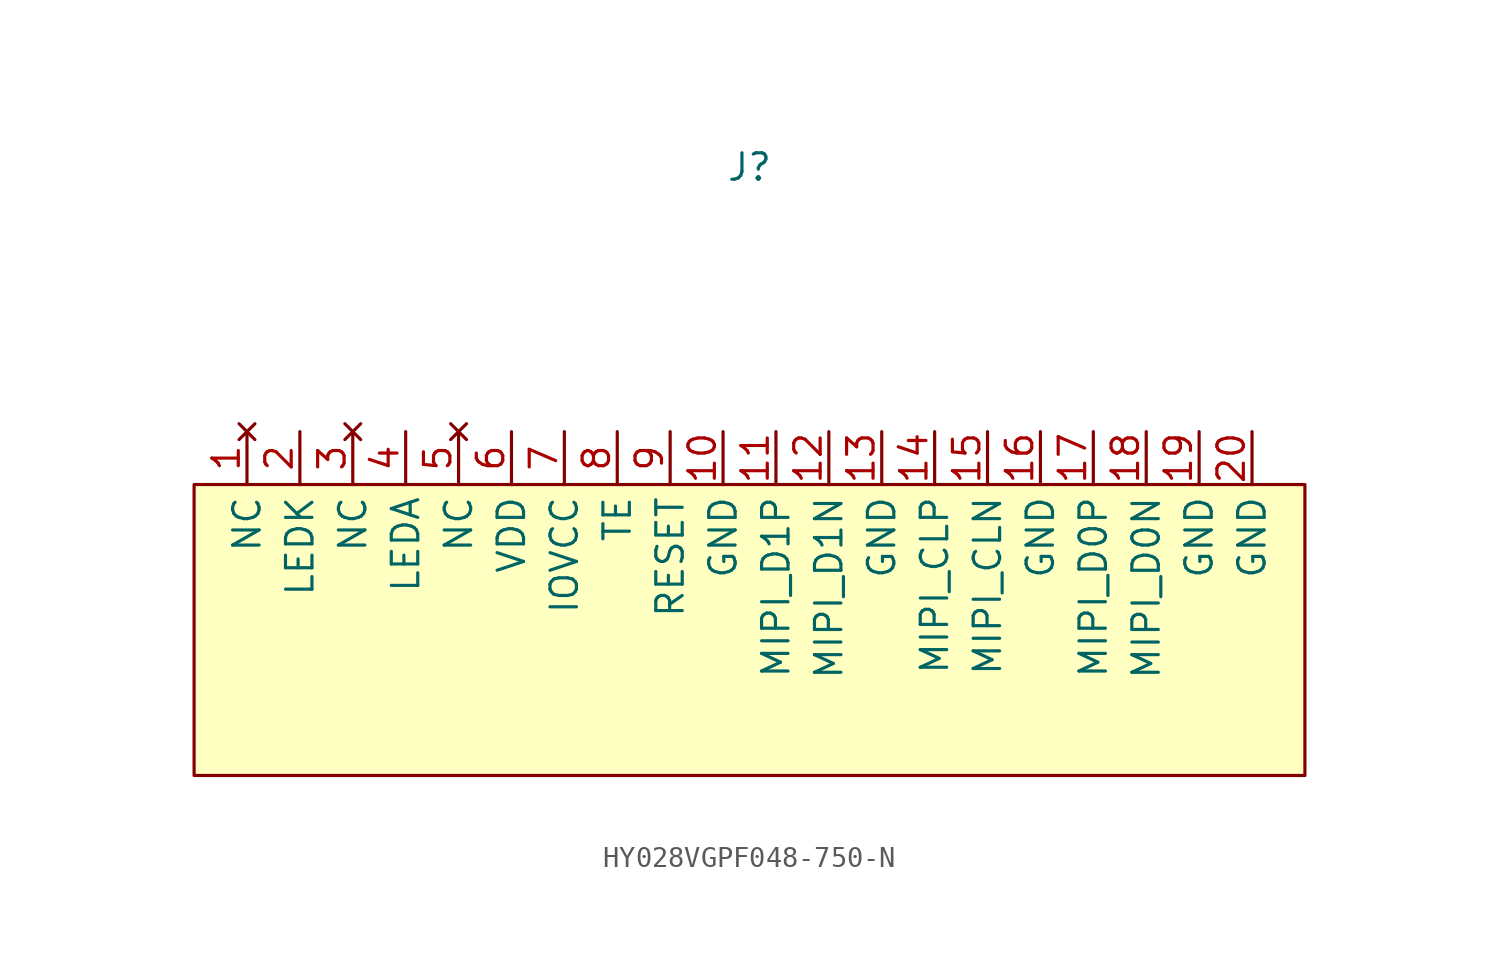
<source format=kicad_sym>
(kicad_symbol_lib
  (version 20241209)
  (generator "kicad_symbol_editor")
  (generator_version "9.0")
  (symbol "HY028VGPF048-750-N"
    (property "Reference" "J"
      (at 0 21.59 0)
      (effects (font (size 1.27 1.27))))
    (property "Value" ""
      (at 0 0 0)
      (effects (font (size 1.27 1.27))))
    (symbol "HY028VGPF048-750-N_1_1"
      (rectangle (start -26.67 6.35) (end 26.67 -7.62) (stroke (width 0) (type solid)) (fill (type background)))
      (pin no_connect line (at -24.13 8.89 270) (length 2.54) (name "NC" (effects (font (size 1.27 1.27)))) (number "1" (effects (font (size 1.27 1.27)))))
      (pin passive line (at -21.59 8.89 270) (length 2.54) (name "LEDK" (effects (font (size 1.27 1.27)))) (number "2" (effects (font (size 1.27 1.27)))))
      (pin no_connect line (at -19.05 8.89 270) (length 2.54) (name "NC" (effects (font (size 1.27 1.27)))) (number "3" (effects (font (size 1.27 1.27)))))
      (pin passive line (at -16.51 8.89 270) (length 2.54) (name "LEDA" (effects (font (size 1.27 1.27)))) (number "4" (effects (font (size 1.27 1.27)))))
      (pin no_connect line (at -13.97 8.89 270) (length 2.54) (name "NC" (effects (font (size 1.27 1.27)))) (number "5" (effects (font (size 1.27 1.27)))))
      (pin passive line (at -11.43 8.89 270) (length 2.54) (name "VDD" (effects (font (size 1.27 1.27)))) (number "6" (effects (font (size 1.27 1.27)))))
      (pin passive line (at -8.89 8.89 270) (length 2.54) (name "IOVCC" (effects (font (size 1.27 1.27)))) (number "7" (effects (font (size 1.27 1.27)))))
      (pin output line (at -6.35 8.89 270) (length 2.54) (name "TE" (effects (font (size 1.27 1.27)))) (number "8" (effects (font (size 1.27 1.27)))))
      (pin input line (at -3.81 8.89 270) (length 2.54) (name "RESET" (effects (font (size 1.27 1.27)))) (number "9" (effects (font (size 1.27 1.27)))))
      (pin passive line (at -1.27 8.89 270) (length 2.54) (name "GND" (effects (font (size 1.27 1.27)))) (number "10" (effects (font (size 1.27 1.27)))))
      (pin bidirectional line (at 1.27 8.89 270) (length 2.54) (name "MIPI_D1P" (effects (font (size 1.27 1.27)))) (number "11" (effects (font (size 1.27 1.27)))))
      (pin bidirectional line (at 3.81 8.89 270) (length 2.54) (name "MIPI_D1N" (effects (font (size 1.27 1.27)))) (number "12" (effects (font (size 1.27 1.27)))))
      (pin passive line (at 6.35 8.89 270) (length 2.54) (name "GND" (effects (font (size 1.27 1.27)))) (number "13" (effects (font (size 1.27 1.27)))))
      (pin input line (at 8.89 8.89 270) (length 2.54) (name "MIPI_CLP" (effects (font (size 1.27 1.27)))) (number "14" (effects (font (size 1.27 1.27)))))
      (pin input line (at 11.43 8.89 270) (length 2.54) (name "MIPI_CLN" (effects (font (size 1.27 1.27)))) (number "15" (effects (font (size 1.27 1.27)))))
      (pin passive line (at 13.97 8.89 270) (length 2.54) (name "GND" (effects (font (size 1.27 1.27)))) (number "16" (effects (font (size 1.27 1.27)))))
      (pin bidirectional line (at 16.51 8.89 270) (length 2.54) (name "MIPI_D0P" (effects (font (size 1.27 1.27)))) (number "17" (effects (font (size 1.27 1.27)))))
      (pin bidirectional line (at 19.05 8.89 270) (length 2.54) (name "MIPI_D0N" (effects (font (size 1.27 1.27)))) (number "18" (effects (font (size 1.27 1.27)))))
      (pin passive line (at 21.59 8.89 270) (length 2.54) (name "GND" (effects (font (size 1.27 1.27)))) (number "19" (effects (font (size 1.27 1.27)))))
      (pin passive line (at 24.13 8.89 270) (length 2.54) (name "GND" (effects (font (size 1.27 1.27)))) (number "20" (effects (font (size 1.27 1.27))))))))
</source>
